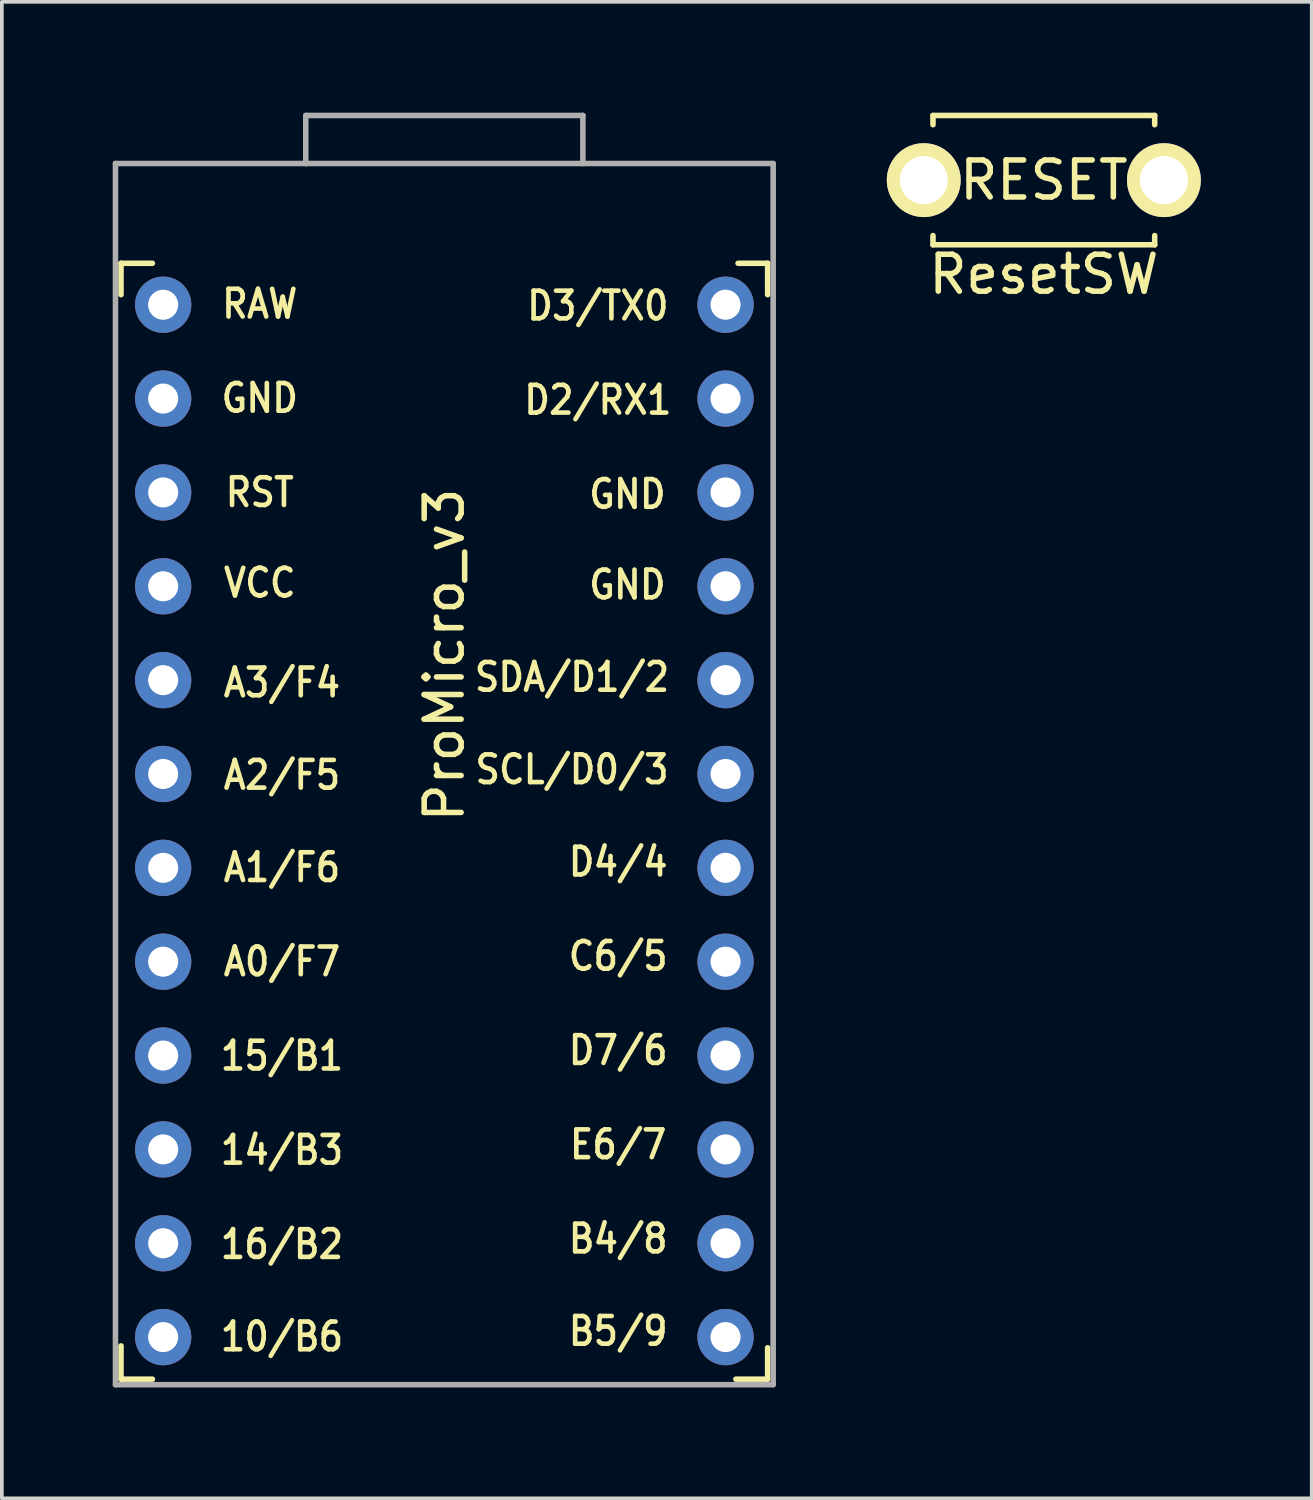
<source format=kicad_pcb>
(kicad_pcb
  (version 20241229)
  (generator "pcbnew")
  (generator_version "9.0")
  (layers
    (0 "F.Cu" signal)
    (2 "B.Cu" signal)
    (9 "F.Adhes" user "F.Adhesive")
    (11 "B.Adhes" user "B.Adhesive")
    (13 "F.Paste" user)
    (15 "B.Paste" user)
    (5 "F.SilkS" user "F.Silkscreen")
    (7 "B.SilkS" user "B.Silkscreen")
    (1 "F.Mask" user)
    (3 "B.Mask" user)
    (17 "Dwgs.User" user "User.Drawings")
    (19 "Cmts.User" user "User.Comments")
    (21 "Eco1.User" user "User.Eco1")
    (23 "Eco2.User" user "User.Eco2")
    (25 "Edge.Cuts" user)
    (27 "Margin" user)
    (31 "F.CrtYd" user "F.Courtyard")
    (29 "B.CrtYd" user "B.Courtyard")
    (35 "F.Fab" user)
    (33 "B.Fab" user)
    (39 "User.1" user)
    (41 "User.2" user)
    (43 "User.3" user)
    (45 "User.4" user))
  (footprint "ResetSW"
    (layer "F.Cu")
    (at 25.2 1.825)
    (property "Reference" "ResetSW" (at 0 2.55 0) (layer "F.SilkS") (effects (font (size 1 1) (thickness 0.15))))
    (attr through_hole)
    (fp_line (start -3 -1.75) (end -3 -1.5) (stroke (width 0.15) (type solid)) (layer "F.SilkS"))
    (fp_line (start -3 -1.75) (end 3 -1.75) (stroke (width 0.15) (type solid)) (layer "F.SilkS"))
    (fp_line (start -3 1.75) (end -3 1.5) (stroke (width 0.15) (type solid)) (layer "F.SilkS"))
    (fp_line (start -3 1.75) (end 3 1.75) (stroke (width 0.15) (type solid)) (layer "F.SilkS"))
    (fp_line (start 3 -1.75) (end 3 -1.5) (stroke (width 0.15) (type solid)) (layer "F.SilkS"))
    (fp_line (start 3 1.75) (end 3 1.5) (stroke (width 0.15) (type solid)) (layer "F.SilkS"))
    (fp_text user "RESET" (at 0 0 0) (layer "F.SilkS") (effects (font (size 1 1) (thickness 0.15))))
    (pad "1" thru_hole circle (at 3.25 0) (size 2 2) (drill 1.3) (layers "*.Cu" "*.Mask" "F.SilkS"))
    (pad "2" thru_hole circle (at -3.25 0) (size 2 2) (drill 1.3) (layers "*.Cu" "*.Mask" "F.SilkS")))
  (footprint "ProMicro_v3"
    (layer "F.Cu")
    (at 8.975 19.675)
    (property "Reference" "ProMicro_v3" (at 0 -5 270) (layer "F.SilkS") (effects (font (size 1 1) (thickness 0.15))))
    (attr through_hole)
    (fp_line (start -8.75 -15.6) (end -8.75 -14.75) (stroke (width 0.15) (type solid)) (layer "F.SilkS"))
    (fp_line (start -8.75 -15.6) (end -7.9 -15.6) (stroke (width 0.15) (type solid)) (layer "F.SilkS"))
    (fp_line (start -8.75 13.7) (end -8.75 14.6) (stroke (width 0.15) (type solid)) (layer "F.SilkS"))
    (fp_line (start -8.75 14.6) (end -7.9 14.6) (stroke (width 0.15) (type solid)) (layer "F.SilkS"))
    (fp_line (start 8.75 -15.6) (end 7.95 -15.6) (stroke (width 0.15) (type solid)) (layer "F.SilkS"))
    (fp_line (start 8.75 -15.6) (end 8.75 -14.75) (stroke (width 0.15) (type solid)) (layer "F.SilkS"))
    (fp_line (start 8.75 13.75) (end 8.75 14.6) (stroke (width 0.15) (type solid)) (layer "F.SilkS"))
    (fp_line (start 8.75 14.6) (end 7.89 14.6) (stroke (width 0.15) (type solid)) (layer "F.SilkS"))
    (fp_line (start -8.9 -18.3) (end -3.75 -18.3) (stroke (width 0.15) (type solid)) (layer "F.Fab"))
    (fp_line (start -8.9 14.75) (end -8.9 -18.3) (stroke (width 0.15) (type solid)) (layer "F.Fab"))
    (fp_line (start -3.75 -19.6) (end -3.75 -18.299) (stroke (width 0.15) (type solid)) (layer "F.Fab"))
    (fp_line (start -3.75 -19.6) (end 3.75 -19.6) (stroke (width 0.15) (type solid)) (layer "F.Fab"))
    (fp_line (start -3.75 -18.3) (end 3.75 -18.3) (stroke (width 0.15) (type solid)) (layer "F.Fab"))
    (fp_line (start 3.75 -19.6) (end 3.75 -18.3) (stroke (width 0.15) (type solid)) (layer "F.Fab"))
    (fp_line (start 3.76 -18.3) (end 8.9 -18.3) (stroke (width 0.15) (type solid)) (layer "F.Fab"))
    (fp_line (start 8.9 -18.3) (end 8.9 14.75) (stroke (width 0.15) (type solid)) (layer "F.Fab"))
    (fp_line (start 8.9 14.75) (end -8.9 14.75) (stroke (width 0.15) (type solid)) (layer "F.Fab"))
    (fp_text user "SDA/D1/2" (at 3.455 -4.4 0) (unlocked yes) (layer "F.SilkS") (effects (font (size 0.75 0.67) (thickness 0.125))))
    (fp_text user "E6/7" (at 4.705 8.25 0) (unlocked yes) (layer "F.SilkS") (effects (font (size 0.75 0.67) (thickness 0.125))))
    (fp_text user "D2/RX1" (at 4.155 -11.9 0) (unlocked yes) (layer "F.SilkS") (effects (font (size 0.75 0.67) (thickness 0.125))))
    (fp_text user "A3/F4" (at -4.395 -4.25 0) (unlocked yes) (layer "F.SilkS") (effects (font (size 0.75 0.67) (thickness 0.125))))
    (fp_text user "16/B2" (at -4.395 10.95 0) (unlocked yes) (layer "F.SilkS") (effects (font (size 0.75 0.67) (thickness 0.125))))
    (fp_text user "A2/F5" (at -4.395 -1.75 0) (unlocked yes) (layer "F.SilkS") (effects (font (size 0.75 0.67) (thickness 0.125))))
    (fp_text user "SCL/D0/3" (at 3.455 -1.9 0) (unlocked yes) (layer "F.SilkS") (effects (font (size 0.75 0.67) (thickness 0.125))))
    (fp_text user "RAW" (at -4.995 -14.5 0) (unlocked yes) (layer "F.SilkS") (effects (font (size 0.75 0.67) (thickness 0.125))))
    (fp_text user "10/B6" (at -4.395 13.45 0) (unlocked yes) (layer "F.SilkS") (effects (font (size 0.75 0.67) (thickness 0.125))))
    (fp_text user "14/B3" (at -4.395 8.4 0) (unlocked yes) (layer "F.SilkS") (effects (font (size 0.75 0.67) (thickness 0.125))))
    (fp_text user "GND" (at 4.955 -9.35 0) (unlocked yes) (layer "F.SilkS") (effects (font (size 0.75 0.67) (thickness 0.125))))
    (fp_text user "15/B1" (at -4.395 5.85 0) (unlocked yes) (layer "F.SilkS") (effects (font (size 0.75 0.67) (thickness 0.125))))
    (fp_text user "B5/9" (at 4.705 13.3 0) (unlocked yes) (layer "F.SilkS") (effects (font (size 0.75 0.67) (thickness 0.125))))
    (fp_text user "A1/F6" (at -4.395 0.75 0) (unlocked yes) (layer "F.SilkS") (effects (font (size 0.75 0.67) (thickness 0.125))))
    (fp_text user "A0/F7" (at -4.395 3.3 0) (unlocked yes) (layer "F.SilkS") (effects (font (size 0.75 0.67) (thickness 0.125))))
    (fp_text user "RST" (at -4.995 -9.4 0) (unlocked yes) (layer "F.SilkS") (effects (font (size 0.75 0.67) (thickness 0.125))))
    (fp_text user "GND" (at 4.955 -6.9 0) (unlocked yes) (layer "F.SilkS") (effects (font (size 0.75 0.67) (thickness 0.125))))
    (fp_text user "D3/TX0" (at 4.155 -14.45 0) (unlocked yes) (layer "F.SilkS") (effects (font (size 0.75 0.67) (thickness 0.125))))
    (fp_text user "D7/6" (at 4.705 5.7 0) (unlocked yes) (layer "F.SilkS") (effects (font (size 0.75 0.67) (thickness 0.125))))
    (fp_text user "B4/8" (at 4.705 10.8 0) (unlocked yes) (layer "F.SilkS") (effects (font (size 0.75 0.67) (thickness 0.125))))
    (fp_text user "C6/5" (at 4.705 3.15 0) (unlocked yes) (layer "F.SilkS") (effects (font (size 0.75 0.67) (thickness 0.125))))
    (fp_text user "VCC" (at -4.995 -6.95 0) (unlocked yes) (layer "F.SilkS") (effects (font (size 0.75 0.67) (thickness 0.125))))
    (fp_text user "GND" (at -4.995 -11.95 0) (unlocked yes) (layer "F.SilkS") (effects (font (size 0.75 0.67) (thickness 0.125))))
    (fp_text user "D4/4" (at 4.705 0.6 0) (unlocked yes) (layer "F.SilkS") (effects (font (size 0.75 0.67) (thickness 0.125))))
    (pad "1" thru_hole circle (at 7.611 -14.478) (size 1.524 1.524) (drill 0.813) (layers "*.Cu" "B.Mask"))
    (pad "2" thru_hole circle (at 7.611 -11.938) (size 1.524 1.524) (drill 0.813) (layers "*.Cu" "B.Mask"))
    (pad "3" thru_hole circle (at 7.611 -9.398) (size 1.524 1.524) (drill 0.813) (layers "*.Cu" "B.Mask"))
    (pad "4" thru_hole circle (at 7.611 -6.858) (size 1.524 1.524) (drill 0.813) (layers "*.Cu" "B.Mask"))
    (pad "5" thru_hole circle (at 7.611 -4.318) (size 1.524 1.524) (drill 0.813) (layers "*.Cu" "B.Mask"))
    (pad "6" thru_hole circle (at 7.611 -1.778) (size 1.524 1.524) (drill 0.813) (layers "*.Cu" "B.Mask"))
    (pad "7" thru_hole circle (at 7.611 0.762) (size 1.524 1.524) (drill 0.813) (layers "*.Cu" "B.Mask"))
    (pad "8" thru_hole circle (at 7.611 3.302) (size 1.524 1.524) (drill 0.813) (layers "*.Cu" "B.Mask"))
    (pad "9" thru_hole circle (at 7.611 5.842) (size 1.524 1.524) (drill 0.813) (layers "*.Cu" "B.Mask"))
    (pad "10" thru_hole circle (at 7.611 8.382) (size 1.524 1.524) (drill 0.813) (layers "*.Cu" "B.Mask"))
    (pad "11" thru_hole circle (at 7.611 10.922) (size 1.524 1.524) (drill 0.813) (layers "*.Cu" "B.Mask"))
    (pad "12" thru_hole circle (at 7.611 13.462) (size 1.524 1.524) (drill 0.813) (layers "*.Cu" "B.Mask"))
    (pad "13" thru_hole circle (at -7.609 13.462) (size 1.524 1.524) (drill 0.813) (layers "*.Cu" "B.Mask"))
    (pad "14" thru_hole circle (at -7.609 10.922) (size 1.524 1.524) (drill 0.813) (layers "*.Cu" "B.Mask"))
    (pad "15" thru_hole circle (at -7.609 8.382) (size 1.524 1.524) (drill 0.813) (layers "*.Cu" "B.Mask"))
    (pad "16" thru_hole circle (at -7.609 5.842) (size 1.524 1.524) (drill 0.813) (layers "*.Cu" "B.Mask"))
    (pad "17" thru_hole circle (at -7.609 3.302) (size 1.524 1.524) (drill 0.813) (layers "*.Cu" "B.Mask"))
    (pad "18" thru_hole circle (at -7.609 0.762) (size 1.524 1.524) (drill 0.813) (layers "*.Cu" "B.Mask"))
    (pad "19" thru_hole circle (at -7.609 -1.778) (size 1.524 1.524) (drill 0.813) (layers "*.Cu" "B.Mask"))
    (pad "20" thru_hole circle (at -7.609 -4.318) (size 1.524 1.524) (drill 0.813) (layers "*.Cu" "B.Mask"))
    (pad "21" thru_hole circle (at -7.609 -6.858) (size 1.524 1.524) (drill 0.813) (layers "*.Cu" "B.Mask"))
    (pad "22" thru_hole circle (at -7.609 -9.398) (size 1.524 1.524) (drill 0.813) (layers "*.Cu" "B.Mask"))
    (pad "23" thru_hole circle (at -7.609 -11.938) (size 1.524 1.524) (drill 0.813) (layers "*.Cu" "B.Mask"))
    (pad "24" thru_hole circle (at -7.609 -14.478) (size 1.524 1.524) (drill 0.813) (layers "*.Cu" "B.Mask")))
  (gr_rect
    (start -3 -3)
    (end 32.45 37.5)
    (stroke (width 0.1) (type default))
    (fill no)
    (layer "Edge.Cuts")))
</source>
